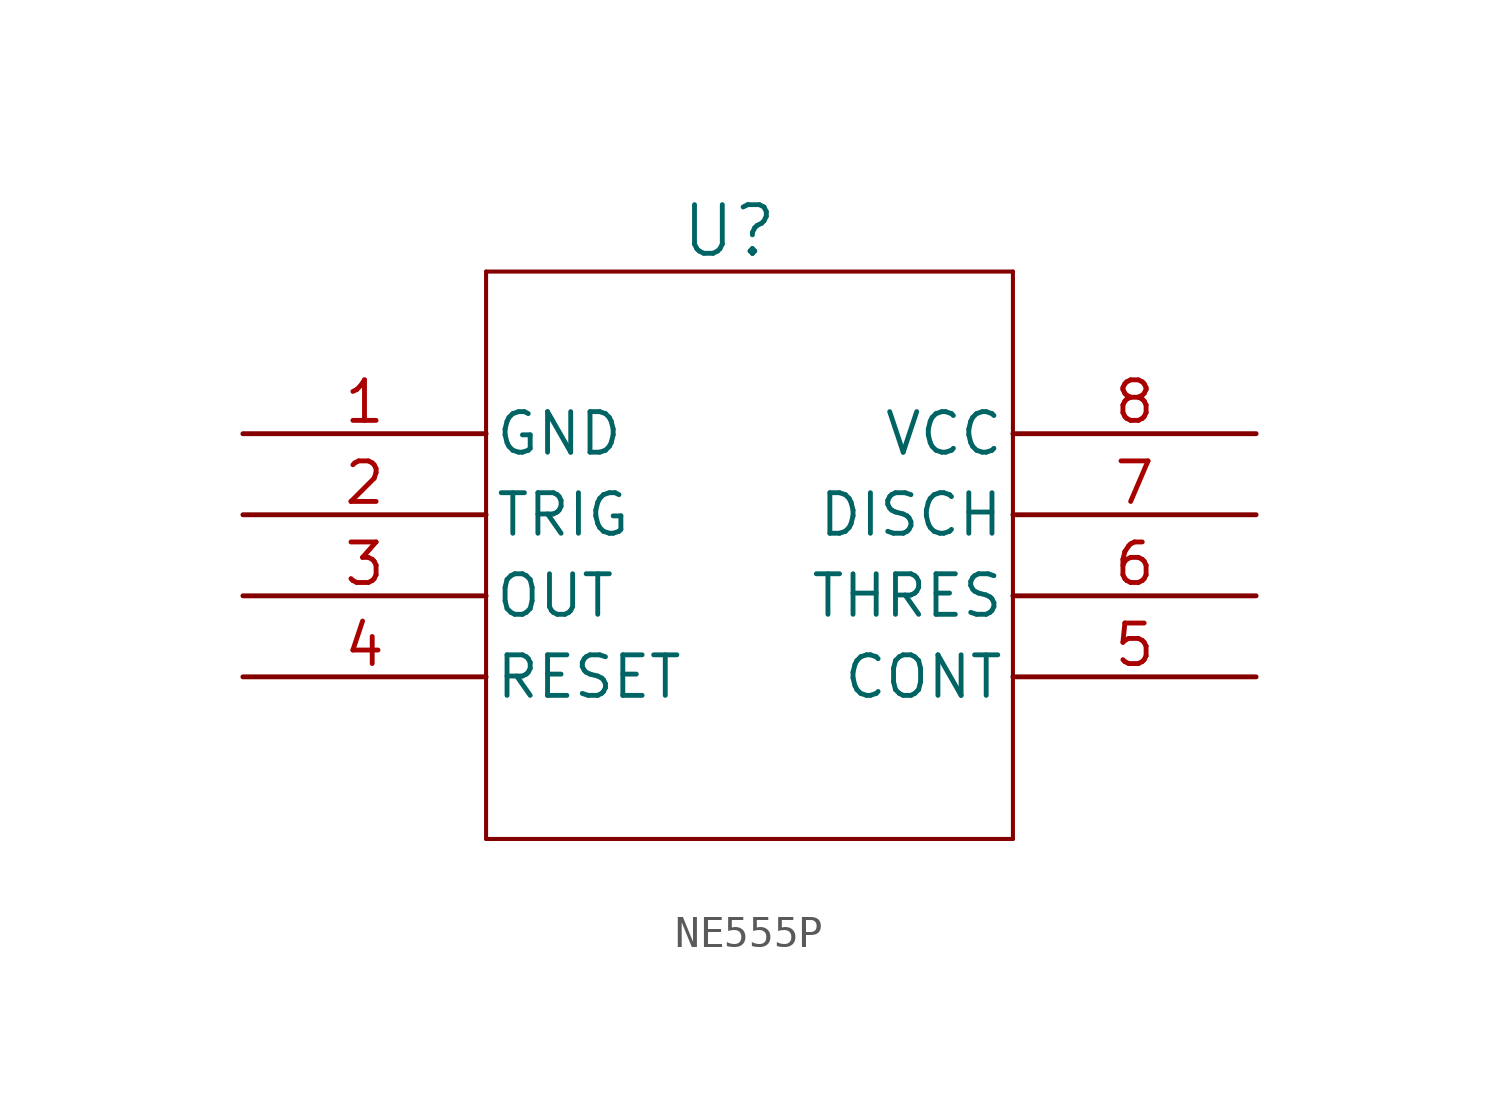
<source format=kicad_sym>
(kicad_symbol_lib
  (version 20220914)
  (generator kicad_symbol_editor)
  (symbol "NE555P"
    (pin_names
      (offset 0.254))
    (property "Reference" "U"
      (at 0 10.16 0)
      (effects (font (size 1.524 1.524))))
    (symbol "NE555P_0_1"
      (polyline (pts (xy -7.62 -8.89) (xy 8.89 -8.89)) (stroke (width 0.127) (type default)) (fill (type none)))
      (polyline (pts (xy -7.62 8.89) (xy -7.62 -8.89)) (stroke (width 0.127) (type default)) (fill (type none)))
      (polyline (pts (xy 8.89 -8.89) (xy 8.89 8.89)) (stroke (width 0.127) (type default)) (fill (type none)))
      (polyline (pts (xy 8.89 8.89) (xy -7.62 8.89)) (stroke (width 0.127) (type default)) (fill (type none)))
      (pin passive line (at -15.24 3.81 0) (length 7.62) (name "GND" (effects (font (size 1.27 1.27)))) (number "1" (effects (font (size 1.27 1.27)))))
      (pin passive line (at -15.24 1.27 0) (length 7.62) (name "TRIG" (effects (font (size 1.27 1.27)))) (number "2" (effects (font (size 1.27 1.27)))))
      (pin passive line (at -15.24 -1.27 0) (length 7.62) (name "OUT" (effects (font (size 1.27 1.27)))) (number "3" (effects (font (size 1.27 1.27)))))
      (pin passive line (at -15.24 -3.81 0) (length 7.62) (name "RESET" (effects (font (size 1.27 1.27)))) (number "4" (effects (font (size 1.27 1.27)))))
      (pin passive line (at 16.51 -3.81 180) (length 7.62) (name "CONT" (effects (font (size 1.27 1.27)))) (number "5" (effects (font (size 1.27 1.27)))))
      (pin passive line (at 16.51 -1.27 180) (length 7.62) (name "THRES" (effects (font (size 1.27 1.27)))) (number "6" (effects (font (size 1.27 1.27)))))
      (pin passive line (at 16.51 1.27 180) (length 7.62) (name "DISCH" (effects (font (size 1.27 1.27)))) (number "7" (effects (font (size 1.27 1.27)))))
      (pin passive line (at 16.51 3.81 180) (length 7.62) (name "VCC" (effects (font (size 1.27 1.27)))) (number "8" (effects (font (size 1.27 1.27))))))))
</source>
